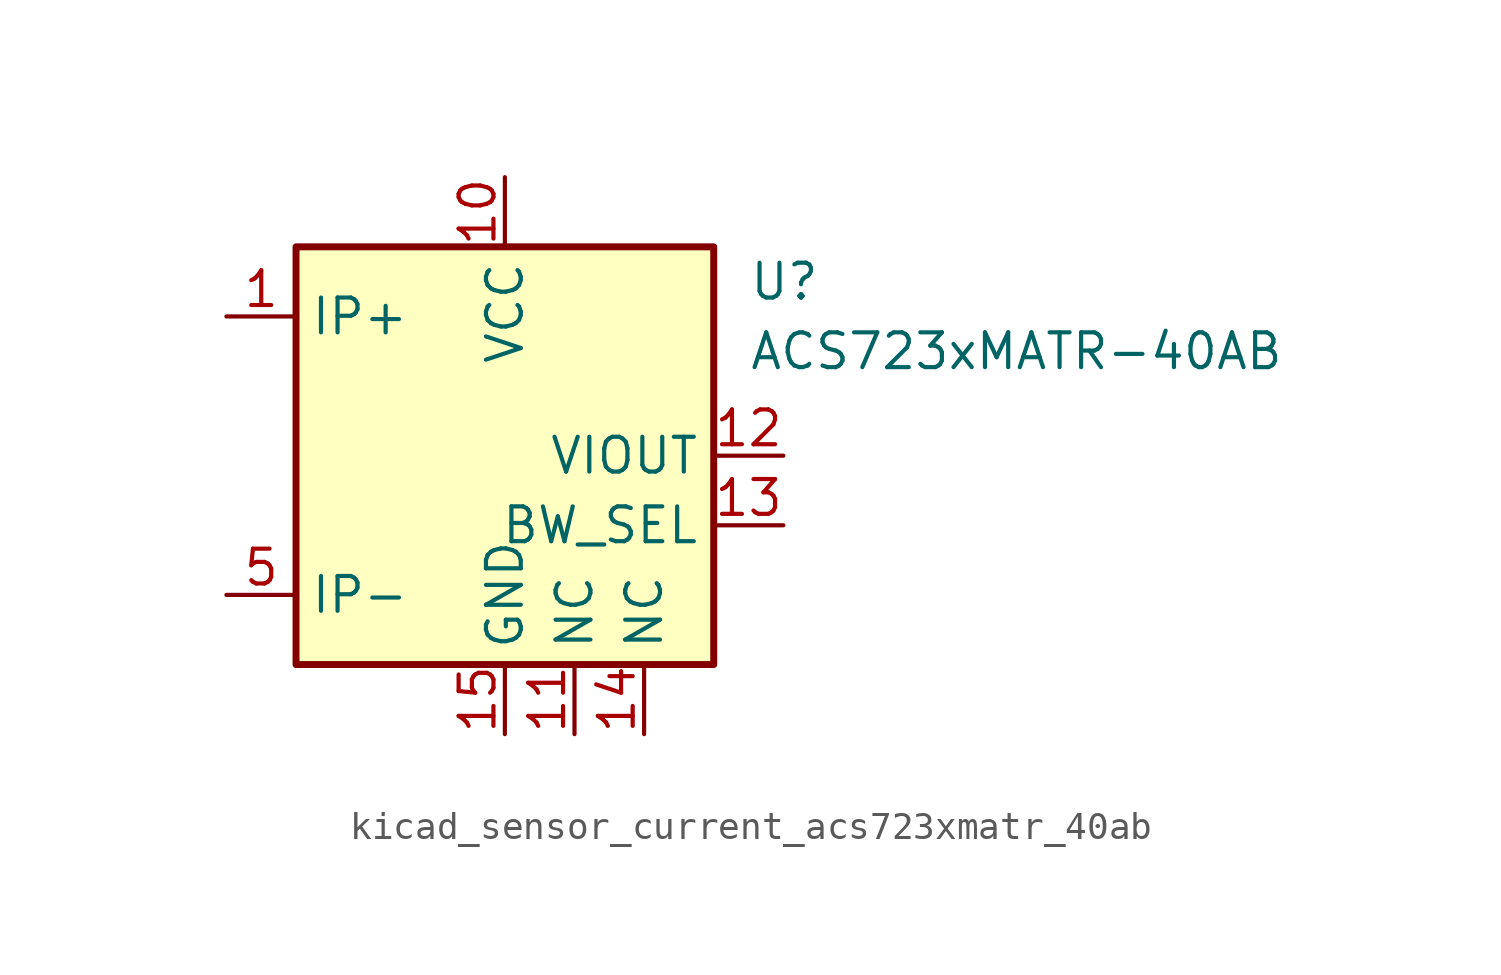
<source format=kicad_sym>
(kicad_symbol_lib
  (version 20220914)
  (generator kicad_symbol_editor)
  (symbol "kicad_sensor_current_acs723xmatr_40ab"
    (property "Reference" "U"
      (at 8.89 6.35 0)
      (effects (font (size 1.27 1.27)) (justify left)))
    (property "Value" "ACS723xMATR-40AB"
      (at 8.89 3.81 0)
      (effects (font (size 1.27 1.27)) (justify left)))
    (symbol "kicad_sensor_current_acs723xmatr_40ab_0_1"
      (rectangle (start -7.62 7.62) (end 7.62 -7.62) (stroke (width 0.254) (type default)) (fill (type background))))
    (symbol "kicad_sensor_current_acs723xmatr_40ab_1_1"
      (pin passive line (at -10.16 5.08 0) (length 2.54) (name "IP+" (effects (font (size 1.27 1.27)))) (number "1" (effects (font (size 1.27 1.27)))))
      (pin power_in line (at 0 10.16 270) (length 2.54) (name "VCC" (effects (font (size 1.27 1.27)))) (number "10" (effects (font (size 1.27 1.27)))))
      (pin passive line (at 2.54 -10.16 90) (length 2.54) (name "NC" (effects (font (size 1.27 1.27)))) (number "11" (effects (font (size 1.27 1.27)))))
      (pin output line (at 10.16 0 180) (length 2.54) (name "VIOUT" (effects (font (size 1.27 1.27)))) (number "12" (effects (font (size 1.27 1.27)))))
      (pin input line (at 10.16 -2.54 180) (length 2.54) (name "BW_SEL" (effects (font (size 1.27 1.27)))) (number "13" (effects (font (size 1.27 1.27)))))
      (pin passive line (at 5.08 -10.16 90) (length 2.54) (name "NC" (effects (font (size 1.27 1.27)))) (number "14" (effects (font (size 1.27 1.27)))))
      (pin power_in line (at 0 -10.16 90) (length 2.54) (name "GND" (effects (font (size 1.27 1.27)))) (number "15" (effects (font (size 1.27 1.27)))))
      (pin no_connect line (at 7.62 2.54 180) (length 2.54) hide (name "NC" (effects (font (size 1.27 1.27)))) (number "16" (effects (font (size 1.27 1.27)))))
      (pin passive line (at -10.16 5.08 0) (length 2.54) hide (name "IP+" (effects (font (size 1.27 1.27)))) (number "2" (effects (font (size 1.27 1.27)))))
      (pin passive line (at -10.16 5.08 0) (length 2.54) hide (name "IP+" (effects (font (size 1.27 1.27)))) (number "3" (effects (font (size 1.27 1.27)))))
      (pin passive line (at -10.16 5.08 0) (length 2.54) hide (name "IP+" (effects (font (size 1.27 1.27)))) (number "4" (effects (font (size 1.27 1.27)))))
      (pin passive line (at -10.16 -5.08 0) (length 2.54) (name "IP-" (effects (font (size 1.27 1.27)))) (number "5" (effects (font (size 1.27 1.27)))))
      (pin passive line (at -10.16 -5.08 0) (length 2.54) hide (name "IP-" (effects (font (size 1.27 1.27)))) (number "6" (effects (font (size 1.27 1.27)))))
      (pin passive line (at -10.16 -5.08 0) (length 2.54) hide (name "IP-" (effects (font (size 1.27 1.27)))) (number "7" (effects (font (size 1.27 1.27)))))
      (pin passive line (at -10.16 -5.08 0) (length 2.54) hide (name "IP-" (effects (font (size 1.27 1.27)))) (number "8" (effects (font (size 1.27 1.27)))))
      (pin no_connect line (at 7.62 5.08 180) (length 2.54) hide (name "NC" (effects (font (size 1.27 1.27)))) (number "9" (effects (font (size 1.27 1.27))))))))
</source>
